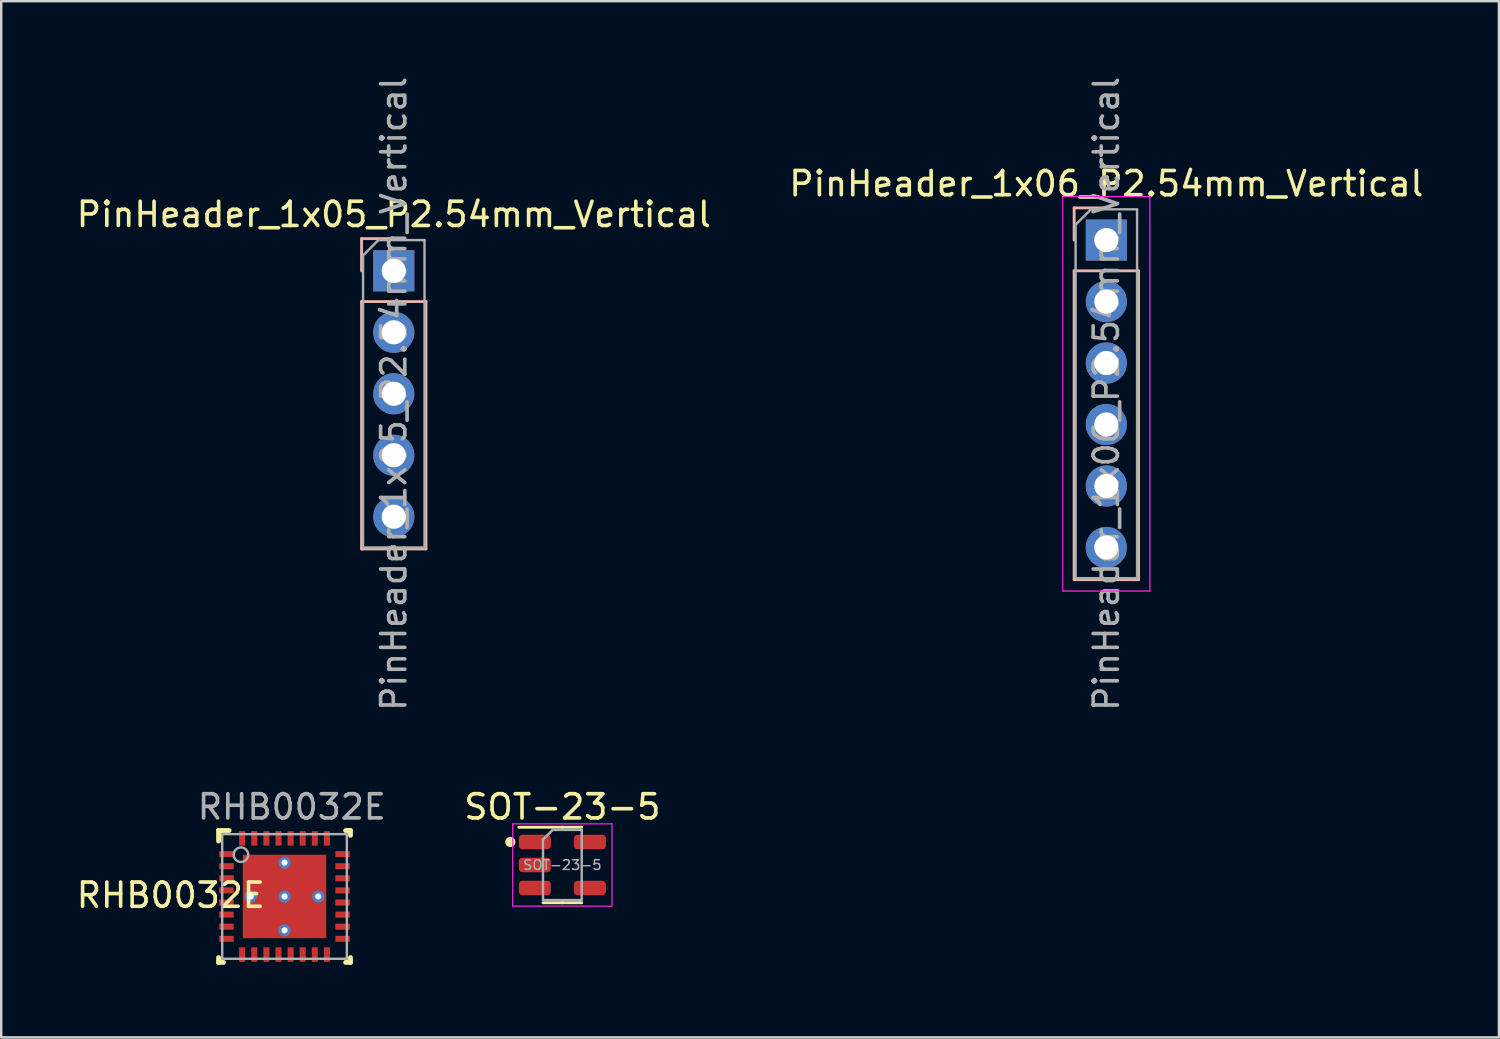
<source format=kicad_pcb>
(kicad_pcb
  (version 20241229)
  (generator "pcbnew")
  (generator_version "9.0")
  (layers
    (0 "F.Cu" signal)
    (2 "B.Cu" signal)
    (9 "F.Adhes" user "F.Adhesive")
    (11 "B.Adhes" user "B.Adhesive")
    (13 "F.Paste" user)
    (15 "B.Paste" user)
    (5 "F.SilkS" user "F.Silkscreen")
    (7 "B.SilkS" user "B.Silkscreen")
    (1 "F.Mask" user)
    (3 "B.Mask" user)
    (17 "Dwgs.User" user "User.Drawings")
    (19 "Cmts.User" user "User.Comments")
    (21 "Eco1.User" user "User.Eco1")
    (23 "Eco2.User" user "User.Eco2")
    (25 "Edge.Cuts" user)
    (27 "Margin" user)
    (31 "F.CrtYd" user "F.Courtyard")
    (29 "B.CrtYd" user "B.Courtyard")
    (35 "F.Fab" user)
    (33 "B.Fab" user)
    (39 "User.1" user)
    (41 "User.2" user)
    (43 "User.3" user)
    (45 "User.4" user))
  (footprint "PinHeader_1x06_P2.54mm_Vertical"
    (layer "F.Cu")
    (at 42.661 6.87)
    (property "Reference" "PinHeader_1x06_P2.54mm_Vertical" (at 0 -2.33 0) (layer "F.SilkS") (effects (font (size 1 1) (thickness 0.15))))
    (attr through_hole)
    (fp_line (start -1.33 -1.33) (end 0 -1.33) (stroke (width 0.12) (type solid)) (layer "B.SilkS"))
    (fp_line (start -1.33 0) (end -1.33 -1.33) (stroke (width 0.12) (type solid)) (layer "B.SilkS"))
    (fp_line (start -1.33 1.27) (end -1.33 14.03) (stroke (width 0.12) (type solid)) (layer "B.SilkS"))
    (fp_line (start -1.33 1.27) (end 1.33 1.27) (stroke (width 0.12) (type solid)) (layer "B.SilkS"))
    (fp_line (start -1.33 14.03) (end 1.33 14.03) (stroke (width 0.12) (type solid)) (layer "B.SilkS"))
    (fp_line (start 1.33 1.27) (end 1.33 14.03) (stroke (width 0.12) (type solid)) (layer "B.SilkS"))
    (fp_line (start -1.8 -1.8) (end -1.8 14.5) (stroke (width 0.05) (type solid)) (layer "F.CrtYd"))
    (fp_line (start -1.8 14.5) (end 1.8 14.5) (stroke (width 0.05) (type solid)) (layer "F.CrtYd"))
    (fp_line (start 1.8 -1.8) (end -1.8 -1.8) (stroke (width 0.05) (type solid)) (layer "F.CrtYd"))
    (fp_line (start 1.8 14.5) (end 1.8 -1.8) (stroke (width 0.05) (type solid)) (layer "F.CrtYd"))
    (fp_line (start -1.27 -0.635) (end -0.635 -1.27) (stroke (width 0.1) (type solid)) (layer "F.Fab"))
    (fp_line (start -1.27 13.97) (end -1.27 -0.635) (stroke (width 0.1) (type solid)) (layer "F.Fab"))
    (fp_line (start -0.635 -1.27) (end 1.27 -1.27) (stroke (width 0.1) (type solid)) (layer "F.Fab"))
    (fp_line (start 1.27 -1.27) (end 1.27 13.97) (stroke (width 0.1) (type solid)) (layer "F.Fab"))
    (fp_line (start 1.27 13.97) (end -1.27 13.97) (stroke (width 0.1) (type solid)) (layer "F.Fab"))
    (fp_text user "${REFERENCE}" (at 0 6.35 90) (layer "F.Fab") (effects (font (size 1 1) (thickness 0.15))))
    (pad "1" thru_hole rect (at 0 0) (size 1.7 1.7) (drill 1) (layers "*.Cu" "*.Mask"))
    (pad "2" thru_hole oval (at 0 2.54) (size 1.7 1.7) (drill 1) (layers "*.Cu" "*.Mask"))
    (pad "3" thru_hole oval (at 0 5.08) (size 1.7 1.7) (drill 1) (layers "*.Cu" "*.Mask"))
    (pad "4" thru_hole oval (at 0 7.62) (size 1.7 1.7) (drill 1) (layers "*.Cu" "*.Mask"))
    (pad "5" thru_hole oval (at 0 10.16) (size 1.7 1.7) (drill 1) (layers "*.Cu" "*.Mask"))
    (pad "6" thru_hole oval (at 0 12.7) (size 1.7 1.7) (drill 1) (layers "*.Cu" "*.Mask")))
  (footprint "SOT-23-5"
    (layer "F.Cu")
    (at 20.185 32.689)
    (property "Reference" "SOT-23-5" (at 0 -2.4 0) (layer "F.SilkS") (effects (font (size 1 1) (thickness 0.15))))
    (attr smd)
    (fp_line (start 0 -1.56) (end -1.8 -1.56) (stroke (width 0.12) (type solid)) (layer "F.SilkS"))
    (fp_line (start 0 -1.56) (end 0.8 -1.56) (stroke (width 0.12) (type solid)) (layer "F.SilkS"))
    (fp_line (start 0 1.56) (end -0.8 1.56) (stroke (width 0.12) (type solid)) (layer "F.SilkS"))
    (fp_line (start 0 1.56) (end 0.8 1.56) (stroke (width 0.12) (type solid)) (layer "F.SilkS"))
    (fp_circle (center -2.15 -0.95) (end -2 -0.95) (stroke (width 0.12) (type solid)) (fill yes) (layer "F.SilkS"))
    (fp_line (start -2.05 -1.7) (end -2.05 1.7) (stroke (width 0.05) (type solid)) (layer "F.CrtYd"))
    (fp_line (start -2.05 1.7) (end 2.05 1.7) (stroke (width 0.05) (type solid)) (layer "F.CrtYd"))
    (fp_line (start 2.05 -1.7) (end -2.05 -1.7) (stroke (width 0.05) (type solid)) (layer "F.CrtYd"))
    (fp_line (start 2.05 1.7) (end 2.05 -1.7) (stroke (width 0.05) (type solid)) (layer "F.CrtYd"))
    (fp_line (start -0.8 -1.05) (end -0.4 -1.45) (stroke (width 0.1) (type solid)) (layer "F.Fab"))
    (fp_line (start -0.8 1.45) (end -0.8 -1.05) (stroke (width 0.1) (type solid)) (layer "F.Fab"))
    (fp_line (start -0.4 -1.45) (end 0.8 -1.45) (stroke (width 0.1) (type solid)) (layer "F.Fab"))
    (fp_line (start 0.8 -1.45) (end 0.8 1.45) (stroke (width 0.1) (type solid)) (layer "F.Fab"))
    (fp_line (start 0.8 1.45) (end -0.8 1.45) (stroke (width 0.1) (type solid)) (layer "F.Fab"))
    (fp_text user "${REFERENCE}" (at 0 0 0) (layer "F.Fab") (effects (font (size 0.4 0.4) (thickness 0.06))))
    (pad "1" smd roundrect (at -1.137 -0.95) (size 1.325 0.6) (layers "F.Cu" "F.Mask" "F.Paste") (roundrect_rratio 0.25))
    (pad "2" smd roundrect (at -1.137 0) (size 1.325 0.6) (layers "F.Cu" "F.Mask" "F.Paste") (roundrect_rratio 0.25))
    (pad "3" smd roundrect (at -1.137 0.95) (size 1.325 0.6) (layers "F.Cu" "F.Mask" "F.Paste") (roundrect_rratio 0.25))
    (pad "4" smd roundrect (at 1.137 0.95) (size 1.325 0.6) (layers "F.Cu" "F.Mask" "F.Paste") (roundrect_rratio 0.25))
    (pad "5" smd roundrect (at 1.137 -0.95) (size 1.325 0.6) (layers "F.Cu" "F.Mask" "F.Paste") (roundrect_rratio 0.25)))
  (footprint "RHB0032E"
    (layer "F.Cu")
    (at 8.706 33.989)
    (property "Reference" "RHB0032E" (at -4.7 -0.05 0) (unlocked yes) (layer "F.SilkS") (effects (font (size 1 1) (thickness 0.15))))
    (attr smd)
    (fp_line (start -2.725 -2.725) (end -2.29 -2.725) (stroke (width 0.2) (type solid)) (layer "F.SilkS"))
    (fp_line (start -2.725 -2.29) (end -2.725 -2.725) (stroke (width 0.2) (type solid)) (layer "F.SilkS"))
    (fp_line (start -2.725 2.725) (end -2.725 2.525) (stroke (width 0.2) (type solid)) (layer "F.SilkS"))
    (fp_line (start -2.725 2.725) (end -2.525 2.725) (stroke (width 0.2) (type solid)) (layer "F.SilkS"))
    (fp_line (start 2.525 -2.725) (end 2.725 -2.725) (stroke (width 0.2) (type solid)) (layer "F.SilkS"))
    (fp_line (start 2.525 2.725) (end 2.725 2.725) (stroke (width 0.2) (type solid)) (layer "F.SilkS"))
    (fp_line (start 2.725 -2.525) (end 2.725 -2.725) (stroke (width 0.2) (type solid)) (layer "F.SilkS"))
    (fp_line (start 2.725 2.725) (end 2.725 2.525) (stroke (width 0.2) (type solid)) (layer "F.SilkS"))
    (fp_poly (pts (xy -1.59 -0.152) (xy -1.59 -1.538) (xy -1.589 -1.548) (xy -1.586 -1.558) (xy -1.581 -1.567) (xy -1.575 -1.575) (xy -1.567 -1.581) (xy -1.558 -1.586) (xy -1.548 -1.589) (xy -1.538 -1.59) (xy -0.152 -1.59) (xy -0.142 -1.589) (xy -0.132 -1.586) (xy -0.123 -1.581) (xy -0.115 -1.575) (xy -0.109 -1.567) (xy -0.104 -1.558) (xy -0.101 -1.548) (xy -0.1 -1.538) (xy -0.1 -0.152) (xy -0.101 -0.142) (xy -0.104 -0.132) (xy -0.109 -0.123) (xy -0.115 -0.115) (xy -0.123 -0.109) (xy -0.132 -0.104) (xy -0.142 -0.101) (xy -0.152 -0.1) (xy -1.538 -0.1) (xy -1.548 -0.101) (xy -1.558 -0.104) (xy -1.567 -0.109) (xy -1.575 -0.115) (xy -1.581 -0.123) (xy -1.586 -0.132) (xy -1.589 -0.142)) (stroke (width 0) (type solid)) (fill yes) (layer "F.Paste"))
    (fp_poly (pts (xy -1.59 1.538) (xy -1.59 0.152) (xy -1.589 0.142) (xy -1.586 0.132) (xy -1.581 0.123) (xy -1.575 0.115) (xy -1.567 0.109) (xy -1.558 0.104) (xy -1.548 0.101) (xy -1.538 0.1) (xy -0.152 0.1) (xy -0.142 0.101) (xy -0.132 0.104) (xy -0.123 0.109) (xy -0.115 0.115) (xy -0.109 0.123) (xy -0.104 0.132) (xy -0.101 0.142) (xy -0.1 0.152) (xy -0.1 1.538) (xy -0.101 1.548) (xy -0.104 1.558) (xy -0.109 1.567) (xy -0.115 1.575) (xy -0.123 1.581) (xy -0.132 1.586) (xy -0.142 1.589) (xy -0.152 1.59) (xy -1.538 1.59) (xy -1.548 1.589) (xy -1.558 1.586) (xy -1.567 1.581) (xy -1.575 1.575) (xy -1.581 1.567) (xy -1.586 1.558) (xy -1.589 1.548)) (stroke (width 0) (type solid)) (fill yes) (layer "F.Paste"))
    (fp_poly (pts (xy 1.59 -1.538) (xy 1.59 -0.152) (xy 1.589 -0.142) (xy 1.586 -0.132) (xy 1.581 -0.123) (xy 1.575 -0.115) (xy 1.567 -0.109) (xy 1.558 -0.104) (xy 1.548 -0.101) (xy 1.538 -0.1) (xy 0.152 -0.1) (xy 0.142 -0.101) (xy 0.132 -0.104) (xy 0.123 -0.109) (xy 0.115 -0.115) (xy 0.109 -0.123) (xy 0.104 -0.132) (xy 0.101 -0.142) (xy 0.1 -0.152) (xy 0.1 -1.538) (xy 0.101 -1.548) (xy 0.104 -1.558) (xy 0.109 -1.567) (xy 0.115 -1.575) (xy 0.123 -1.581) (xy 0.132 -1.586) (xy 0.142 -1.589) (xy 0.152 -1.59) (xy 1.538 -1.59) (xy 1.548 -1.589) (xy 1.558 -1.586) (xy 1.567 -1.581) (xy 1.575 -1.575) (xy 1.581 -1.567) (xy 1.586 -1.558) (xy 1.589 -1.548)) (stroke (width 0) (type solid)) (fill yes) (layer "F.Paste"))
    (fp_poly (pts (xy 1.59 0.152) (xy 1.59 1.538) (xy 1.589 1.548) (xy 1.586 1.558) (xy 1.581 1.567) (xy 1.575 1.575) (xy 1.567 1.581) (xy 1.558 1.586) (xy 1.548 1.589) (xy 1.538 1.59) (xy 0.152 1.59) (xy 0.142 1.589) (xy 0.132 1.586) (xy 0.123 1.581) (xy 0.115 1.575) (xy 0.109 1.567) (xy 0.104 1.558) (xy 0.101 1.548) (xy 0.1 1.538) (xy 0.1 0.152) (xy 0.101 0.142) (xy 0.104 0.132) (xy 0.109 0.123) (xy 0.115 0.115) (xy 0.123 0.109) (xy 0.132 0.104) (xy 0.142 0.101) (xy 0.152 0.1) (xy 1.538 0.1) (xy 1.548 0.101) (xy 1.558 0.104) (xy 1.567 0.109) (xy 1.575 0.115) (xy 1.581 0.123) (xy 1.586 0.132) (xy 1.589 0.142)) (stroke (width 0) (type solid)) (fill yes) (layer "F.Paste"))
    (fp_line (start -2.575 -2.575) (end 2.575 -2.575) (stroke (width 0.1) (type solid)) (layer "F.Fab"))
    (fp_line (start -2.575 2.575) (end -2.575 -2.575) (stroke (width 0.1) (type solid)) (layer "F.Fab"))
    (fp_line (start -2.575 2.575) (end 2.575 2.575) (stroke (width 0.1) (type solid)) (layer "F.Fab"))
    (fp_line (start 2.575 2.575) (end 2.575 -2.575) (stroke (width 0.1) (type solid)) (layer "F.Fab"))
    (fp_circle (center -1.8 -1.725) (end -1.5 -1.725) (stroke (width 0.1) (type solid)) (fill no) (layer "F.Fab"))
    (fp_text user "${REFERENCE}" (at 0.3 -3.7 0) (unlocked yes) (layer "F.Fab") (effects (font (size 1 1) (thickness 0.15))))
    (pad "1" smd rect (at -2.4 -1.75 90) (size 0.25 0.6) (layers "F.Cu" "F.Mask" "F.Paste"))
    (pad "2" smd rect (at -2.4 -1.25 90) (size 0.25 0.6) (layers "F.Cu" "F.Mask" "F.Paste"))
    (pad "3" smd rect (at -2.4 -0.75 90) (size 0.25 0.6) (layers "F.Cu" "F.Mask" "F.Paste"))
    (pad "4" smd rect (at -2.4 -0.25 90) (size 0.25 0.6) (layers "F.Cu" "F.Mask" "F.Paste"))
    (pad "5" smd rect (at -2.4 0.25 90) (size 0.25 0.6) (layers "F.Cu" "F.Mask" "F.Paste"))
    (pad "6" smd rect (at -2.4 0.75 90) (size 0.25 0.6) (layers "F.Cu" "F.Mask" "F.Paste"))
    (pad "7" smd rect (at -2.4 1.25 90) (size 0.25 0.6) (layers "F.Cu" "F.Mask" "F.Paste"))
    (pad "8" smd rect (at -2.4 1.75 90) (size 0.25 0.6) (layers "F.Cu" "F.Mask" "F.Paste"))
    (pad "9" smd rect (at -1.75 2.4) (size 0.25 0.6) (layers "F.Cu" "F.Mask" "F.Paste"))
    (pad "10" smd rect (at -1.25 2.4) (size 0.25 0.6) (layers "F.Cu" "F.Mask" "F.Paste"))
    (pad "11" smd rect (at -0.75 2.4) (size 0.25 0.6) (layers "F.Cu" "F.Mask" "F.Paste"))
    (pad "12" smd rect (at -0.25 2.4) (size 0.25 0.6) (layers "F.Cu" "F.Mask" "F.Paste"))
    (pad "13" smd rect (at 0.25 2.4) (size 0.25 0.6) (layers "F.Cu" "F.Mask" "F.Paste"))
    (pad "14" smd rect (at 0.75 2.4) (size 0.25 0.6) (layers "F.Cu" "F.Mask" "F.Paste"))
    (pad "15" smd rect (at 1.25 2.4) (size 0.25 0.6) (layers "F.Cu" "F.Mask" "F.Paste"))
    (pad "16" smd rect (at 1.75 2.4) (size 0.25 0.6) (layers "F.Cu" "F.Mask" "F.Paste"))
    (pad "17" smd rect (at 2.4 1.75 90) (size 0.25 0.6) (layers "F.Cu" "F.Mask" "F.Paste"))
    (pad "18" smd rect (at 2.4 1.25 90) (size 0.25 0.6) (layers "F.Cu" "F.Mask" "F.Paste"))
    (pad "19" smd rect (at 2.4 0.75 90) (size 0.25 0.6) (layers "F.Cu" "F.Mask" "F.Paste"))
    (pad "20" smd rect (at 2.4 0.25 90) (size 0.25 0.6) (layers "F.Cu" "F.Mask" "F.Paste"))
    (pad "21" smd rect (at 2.4 -0.25 90) (size 0.25 0.6) (layers "F.Cu" "F.Mask" "F.Paste"))
    (pad "22" smd rect (at 2.4 -0.75 90) (size 0.25 0.6) (layers "F.Cu" "F.Mask" "F.Paste"))
    (pad "23" smd rect (at 2.4 -1.25 90) (size 0.25 0.6) (layers "F.Cu" "F.Mask" "F.Paste"))
    (pad "24" smd rect (at 2.4 -1.75 90) (size 0.25 0.6) (layers "F.Cu" "F.Mask" "F.Paste"))
    (pad "25" smd rect (at 1.75 -2.4) (size 0.25 0.6) (layers "F.Cu" "F.Mask" "F.Paste"))
    (pad "26" smd rect (at 1.25 -2.4) (size 0.25 0.6) (layers "F.Cu" "F.Mask" "F.Paste"))
    (pad "27" smd rect (at 0.75 -2.4) (size 0.25 0.6) (layers "F.Cu" "F.Mask" "F.Paste"))
    (pad "28" smd rect (at 0.25 -2.4) (size 0.25 0.6) (layers "F.Cu" "F.Mask" "F.Paste"))
    (pad "29" smd rect (at -0.25 -2.4) (size 0.25 0.6) (layers "F.Cu" "F.Mask" "F.Paste"))
    (pad "30" smd rect (at -0.75 -2.4) (size 0.25 0.6) (layers "F.Cu" "F.Mask" "F.Paste"))
    (pad "31" smd rect (at -1.25 -2.4) (size 0.25 0.6) (layers "F.Cu" "F.Mask" "F.Paste"))
    (pad "32" smd rect (at -1.75 -2.4) (size 0.25 0.6) (layers "F.Cu" "F.Mask" "F.Paste"))
    (pad "33" thru_hole circle (at -1.397 0) (size 0.508 0.508) (drill 0.254) (layers "*.Cu" "*.Mask"))
    (pad "33" thru_hole circle (at 0 -1.397) (size 0.508 0.508) (drill 0.254) (layers "*.Cu" "*.Mask"))
    (pad "33" smd rect (at 0 -0.000003) (size 3.45 3.45) (layers "F.Cu" "F.Mask"))
    (pad "33" thru_hole circle (at 0 0) (size 0.508 0.508) (drill 0.254) (layers "*.Cu" "*.Mask"))
    (pad "33" thru_hole circle (at 0 1.397) (size 0.508 0.508) (drill 0.254) (layers "*.Cu" "*.Mask"))
    (pad "33" thru_hole circle (at 1.397 0) (size 0.508 0.508) (drill 0.254) (layers "*.Cu" "*.Mask")))
  (footprint "PinHeader_1x05_P2.54mm_Vertical"
    (layer "F.Cu")
    (at 13.22 8.14)
    (property "Reference" "PinHeader_1x05_P2.54mm_Vertical" (at 0 -2.33 0) (layer "F.SilkS") (effects (font (size 1 1) (thickness 0.15))))
    (attr through_hole)
    (fp_line (start -1.33 -1.33) (end 0 -1.33) (stroke (width 0.12) (type solid)) (layer "B.SilkS"))
    (fp_line (start -1.33 0) (end -1.33 -1.33) (stroke (width 0.12) (type solid)) (layer "B.SilkS"))
    (fp_line (start -1.33 1.27) (end -1.33 11.49) (stroke (width 0.12) (type solid)) (layer "B.SilkS"))
    (fp_line (start -1.33 1.27) (end 1.33 1.27) (stroke (width 0.12) (type solid)) (layer "B.SilkS"))
    (fp_line (start -1.33 11.49) (end 1.33 11.49) (stroke (width 0.12) (type solid)) (layer "B.SilkS"))
    (fp_line (start 1.33 1.27) (end 1.33 11.49) (stroke (width 0.12) (type solid)) (layer "B.SilkS"))
    (fp_line (start -1.27 -0.635) (end -0.635 -1.27) (stroke (width 0.1) (type solid)) (layer "F.Fab"))
    (fp_line (start -1.27 11.43) (end -1.27 -0.635) (stroke (width 0.1) (type solid)) (layer "F.Fab"))
    (fp_line (start -0.635 -1.27) (end 1.27 -1.27) (stroke (width 0.1) (type solid)) (layer "F.Fab"))
    (fp_line (start 1.27 -1.27) (end 1.27 11.43) (stroke (width 0.1) (type solid)) (layer "F.Fab"))
    (fp_line (start 1.27 11.43) (end -1.27 11.43) (stroke (width 0.1) (type solid)) (layer "F.Fab"))
    (fp_text user "${REFERENCE}" (at 0 5.08 90) (layer "F.Fab") (effects (font (size 1 1) (thickness 0.15))))
    (pad "1" thru_hole rect (at 0 0) (size 1.7 1.7) (drill 1) (layers "*.Cu" "*.Mask"))
    (pad "2" thru_hole oval (at 0 2.54) (size 1.7 1.7) (drill 1) (layers "*.Cu" "*.Mask"))
    (pad "3" thru_hole oval (at 0 5.08) (size 1.7 1.7) (drill 1) (layers "*.Cu" "*.Mask"))
    (pad "4" thru_hole oval (at 0 7.62) (size 1.7 1.7) (drill 1) (layers "*.Cu" "*.Mask"))
    (pad "5" thru_hole oval (at 0 10.16) (size 1.7 1.7) (drill 1) (layers "*.Cu" "*.Mask")))
  (gr_rect
    (start -3 -3)
    (end 58.881 39.814)
    (stroke (width 0.1) (type default))
    (fill no)
    (layer "Edge.Cuts")))
</source>
